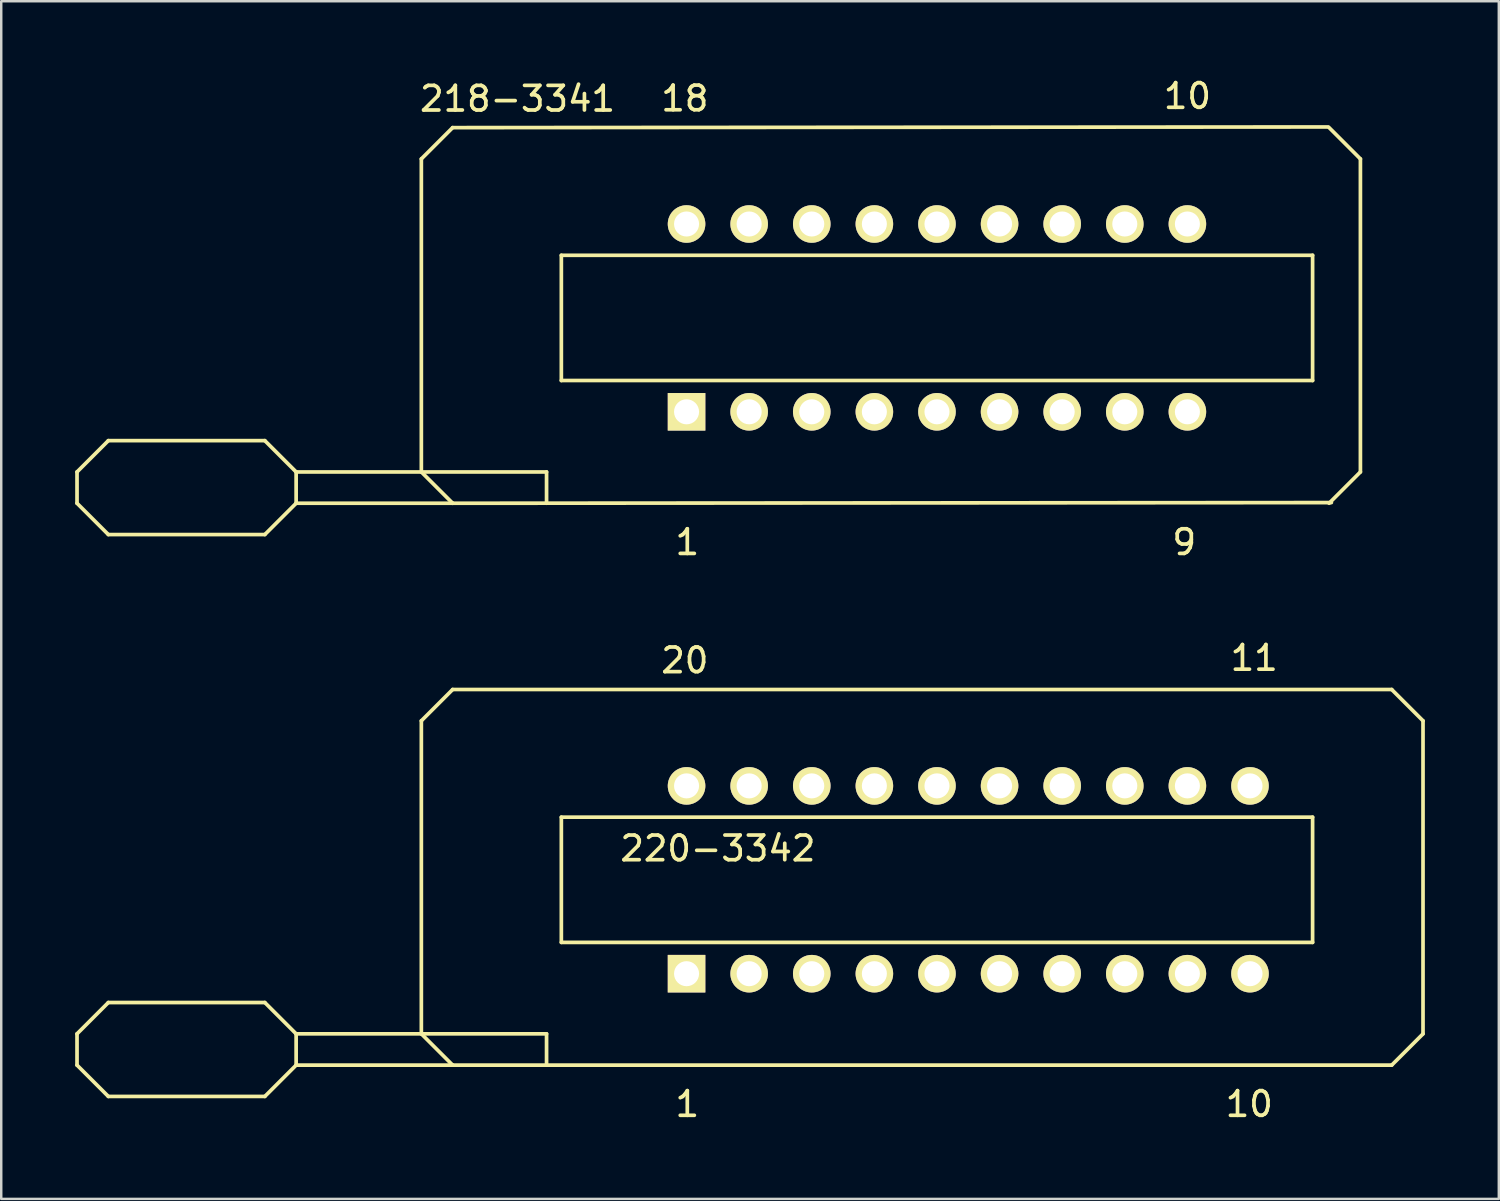
<source format=kicad_pcb>
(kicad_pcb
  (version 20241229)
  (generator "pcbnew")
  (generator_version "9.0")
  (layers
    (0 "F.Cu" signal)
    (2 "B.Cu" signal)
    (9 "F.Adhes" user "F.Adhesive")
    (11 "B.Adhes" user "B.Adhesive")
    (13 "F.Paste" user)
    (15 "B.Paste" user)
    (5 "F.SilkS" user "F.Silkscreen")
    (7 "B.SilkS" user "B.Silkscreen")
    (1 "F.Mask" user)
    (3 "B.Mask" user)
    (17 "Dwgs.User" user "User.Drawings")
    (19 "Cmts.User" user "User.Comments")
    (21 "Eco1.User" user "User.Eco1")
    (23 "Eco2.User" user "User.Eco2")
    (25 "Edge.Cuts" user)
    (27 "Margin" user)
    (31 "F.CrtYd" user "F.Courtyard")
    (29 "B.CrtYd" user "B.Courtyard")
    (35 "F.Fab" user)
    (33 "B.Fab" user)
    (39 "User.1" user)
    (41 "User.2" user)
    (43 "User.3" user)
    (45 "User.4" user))
  (footprint "218-3341"
    (layer "F.Cu")
    (at 36.235 9.848)
    (property "Reference" "218-3341" (at -18.288 -8.89 180) (layer "F.SilkS") (effects (font (size 1 1) (thickness 0.15))))
    (attr through_hole)
    (fp_line (start -36.16 6.25) (end -36.16 7.52) (stroke (width 0.15) (type solid)) (layer "F.SilkS"))
    (fp_line (start -36.16 7.52) (end -34.89 8.79) (stroke (width 0.15) (type solid)) (layer "F.SilkS"))
    (fp_line (start -34.89 4.98) (end -36.16 6.25) (stroke (width 0.15) (type solid)) (layer "F.SilkS"))
    (fp_line (start -34.89 8.79) (end -28.54 8.79) (stroke (width 0.15) (type solid)) (layer "F.SilkS"))
    (fp_line (start -28.54 4.98) (end -34.89 4.98) (stroke (width 0.15) (type solid)) (layer "F.SilkS"))
    (fp_line (start -28.54 8.79) (end -27.27 7.52) (stroke (width 0.15) (type solid)) (layer "F.SilkS"))
    (fp_line (start -27.27 6.25) (end -28.54 4.98) (stroke (width 0.15) (type solid)) (layer "F.SilkS"))
    (fp_line (start -27.27 6.25) (end -17.11 6.25) (stroke (width 0.15) (type solid)) (layer "F.SilkS"))
    (fp_line (start -27.27 7.52) (end -27.27 6.25) (stroke (width 0.15) (type solid)) (layer "F.SilkS"))
    (fp_line (start -27.27 7.52) (end -20.92 7.52) (stroke (width 0.15) (type solid)) (layer "F.SilkS"))
    (fp_line (start -22.19 -6.45) (end -20.92 -7.72) (stroke (width 0.15) (type solid)) (layer "F.SilkS"))
    (fp_line (start -22.19 6.25) (end -22.19 -6.45) (stroke (width 0.15) (type solid)) (layer "F.SilkS"))
    (fp_line (start -20.92 -7.72) (end 14.605 -7.747) (stroke (width 0.15) (type solid)) (layer "F.SilkS"))
    (fp_line (start -20.92 7.52) (end -22.19 6.25) (stroke (width 0.15) (type solid)) (layer "F.SilkS"))
    (fp_line (start -17.11 6.25) (end -17.11 7.52) (stroke (width 0.15) (type solid)) (layer "F.SilkS"))
    (fp_line (start -16.51 -2.54) (end -16.51 2.54) (stroke (width 0.15) (type solid)) (layer "F.SilkS"))
    (fp_line (start -16.51 2.54) (end 13.97 2.54) (stroke (width 0.15) (type solid)) (layer "F.SilkS"))
    (fp_line (start 13.97 -2.54) (end -16.51 -2.54) (stroke (width 0.15) (type solid)) (layer "F.SilkS"))
    (fp_line (start 13.97 2.54) (end 13.97 -2.54) (stroke (width 0.15) (type solid)) (layer "F.SilkS"))
    (fp_line (start 14.64 -7.72) (end 15.91 -6.45) (stroke (width 0.15) (type solid)) (layer "F.SilkS"))
    (fp_line (start 14.732 7.493) (end -20.92 7.52) (stroke (width 0.15) (type solid)) (layer "F.SilkS"))
    (fp_line (start 15.91 -6.45) (end 15.91 6.25) (stroke (width 0.15) (type solid)) (layer "F.SilkS"))
    (fp_line (start 15.91 6.25) (end 14.64 7.52) (stroke (width 0.15) (type solid)) (layer "F.SilkS"))
    (fp_text user "1" (at -11.4 9.1 0) (layer "F.SilkS") (effects (font (size 1 1) (thickness 0.15))))
    (fp_text user "10" (at 8.89 -9 0) (layer "F.SilkS") (effects (font (size 1 1) (thickness 0.15))))
    (fp_text user "18" (at -11.5 -8.9 0) (layer "F.SilkS") (effects (font (size 1 1) (thickness 0.15))))
    (fp_text user "9" (at 8.763 9.1 0) (layer "F.SilkS") (effects (font (size 1 1) (thickness 0.15))))
    (pad "1" thru_hole rect (at -11.43 3.81) (size 1.524 1.524) (drill 1.016) (layers "*.Cu" "*.Mask" "F.SilkS"))
    (pad "2" thru_hole circle (at -8.89 3.81) (size 1.524 1.524) (drill 1.016) (layers "*.Cu" "*.Mask" "F.SilkS"))
    (pad "3" thru_hole circle (at -6.35 3.81) (size 1.524 1.524) (drill 1.016) (layers "*.Cu" "*.Mask" "F.SilkS"))
    (pad "4" thru_hole circle (at -3.81 3.81) (size 1.524 1.524) (drill 1.016) (layers "*.Cu" "*.Mask" "F.SilkS"))
    (pad "5" thru_hole circle (at -1.27 3.81) (size 1.524 1.524) (drill 1.016) (layers "*.Cu" "*.Mask" "F.SilkS"))
    (pad "6" thru_hole circle (at 1.27 3.81) (size 1.524 1.524) (drill 1.016) (layers "*.Cu" "*.Mask" "F.SilkS"))
    (pad "7" thru_hole circle (at 3.81 3.81) (size 1.524 1.524) (drill 1.016) (layers "*.Cu" "*.Mask" "F.SilkS"))
    (pad "8" thru_hole circle (at 6.35 3.81) (size 1.524 1.524) (drill 1.016) (layers "*.Cu" "*.Mask" "F.SilkS"))
    (pad "9" thru_hole circle (at 8.89 3.81) (size 1.524 1.524) (drill 1.016) (layers "*.Cu" "*.Mask" "F.SilkS"))
    (pad "10" thru_hole circle (at 8.89 -3.81) (size 1.524 1.524) (drill 1.016) (layers "*.Cu" "*.Mask" "F.SilkS"))
    (pad "11" thru_hole circle (at 6.35 -3.81) (size 1.524 1.524) (drill 1.016) (layers "*.Cu" "*.Mask" "F.SilkS"))
    (pad "12" thru_hole circle (at 3.81 -3.81) (size 1.524 1.524) (drill 1.016) (layers "*.Cu" "*.Mask" "F.SilkS"))
    (pad "13" thru_hole circle (at 1.27 -3.81) (size 1.524 1.524) (drill 1.016) (layers "*.Cu" "*.Mask" "F.SilkS"))
    (pad "14" thru_hole circle (at -1.27 -3.81) (size 1.524 1.524) (drill 1.016) (layers "*.Cu" "*.Mask" "F.SilkS"))
    (pad "15" thru_hole circle (at -3.81 -3.81) (size 1.524 1.524) (drill 1.016) (layers "*.Cu" "*.Mask" "F.SilkS"))
    (pad "16" thru_hole circle (at -6.35 -3.81) (size 1.524 1.524) (drill 1.016) (layers "*.Cu" "*.Mask" "F.SilkS"))
    (pad "17" thru_hole circle (at -8.89 -3.81) (size 1.524 1.524) (drill 1.016) (layers "*.Cu" "*.Mask" "F.SilkS"))
    (pad "18" thru_hole circle (at -11.43 -3.81) (size 1.524 1.524) (drill 1.016) (layers "*.Cu" "*.Mask" "F.SilkS")))
  (footprint "220-3342"
    (layer "F.Cu")
    (at 36.235 32.645)
    (property "Reference" "220-3342" (at -10.16 -1.27 180) (layer "F.SilkS") (effects (font (size 1 1) (thickness 0.15))))
    (attr through_hole)
    (fp_line (start -36.16 6.25) (end -36.16 7.52) (stroke (width 0.15) (type solid)) (layer "F.SilkS"))
    (fp_line (start -36.16 7.52) (end -34.89 8.79) (stroke (width 0.15) (type solid)) (layer "F.SilkS"))
    (fp_line (start -34.89 4.98) (end -36.16 6.25) (stroke (width 0.15) (type solid)) (layer "F.SilkS"))
    (fp_line (start -34.89 8.79) (end -28.54 8.79) (stroke (width 0.15) (type solid)) (layer "F.SilkS"))
    (fp_line (start -28.54 4.98) (end -34.89 4.98) (stroke (width 0.15) (type solid)) (layer "F.SilkS"))
    (fp_line (start -28.54 8.79) (end -27.27 7.52) (stroke (width 0.15) (type solid)) (layer "F.SilkS"))
    (fp_line (start -27.27 6.25) (end -28.54 4.98) (stroke (width 0.15) (type solid)) (layer "F.SilkS"))
    (fp_line (start -27.27 6.25) (end -17.11 6.25) (stroke (width 0.15) (type solid)) (layer "F.SilkS"))
    (fp_line (start -27.27 7.52) (end -27.27 6.25) (stroke (width 0.15) (type solid)) (layer "F.SilkS"))
    (fp_line (start -27.27 7.52) (end -20.92 7.52) (stroke (width 0.15) (type solid)) (layer "F.SilkS"))
    (fp_line (start -22.19 -6.45) (end -20.92 -7.72) (stroke (width 0.15) (type solid)) (layer "F.SilkS"))
    (fp_line (start -22.19 6.25) (end -22.19 -6.45) (stroke (width 0.15) (type solid)) (layer "F.SilkS"))
    (fp_line (start -20.92 -7.72) (end 17.18 -7.72) (stroke (width 0.15) (type solid)) (layer "F.SilkS"))
    (fp_line (start -20.92 7.52) (end -22.19 6.25) (stroke (width 0.15) (type solid)) (layer "F.SilkS"))
    (fp_line (start -17.11 6.25) (end -17.11 7.52) (stroke (width 0.15) (type solid)) (layer "F.SilkS"))
    (fp_line (start -16.51 -2.54) (end -16.51 2.54) (stroke (width 0.15) (type solid)) (layer "F.SilkS"))
    (fp_line (start -16.51 2.54) (end 13.97 2.54) (stroke (width 0.15) (type solid)) (layer "F.SilkS"))
    (fp_line (start 13.97 -2.54) (end -16.51 -2.54) (stroke (width 0.15) (type solid)) (layer "F.SilkS"))
    (fp_line (start 13.97 2.54) (end 13.97 -2.54) (stroke (width 0.15) (type solid)) (layer "F.SilkS"))
    (fp_line (start 17.18 -7.72) (end 18.45 -6.45) (stroke (width 0.15) (type solid)) (layer "F.SilkS"))
    (fp_line (start 17.18 7.52) (end -20.92 7.52) (stroke (width 0.15) (type solid)) (layer "F.SilkS"))
    (fp_line (start 18.45 -6.45) (end 18.45 6.25) (stroke (width 0.15) (type solid)) (layer "F.SilkS"))
    (fp_line (start 18.45 6.25) (end 17.18 7.52) (stroke (width 0.15) (type solid)) (layer "F.SilkS"))
    (fp_text user "20" (at -11.5 -8.9 0) (layer "F.SilkS") (effects (font (size 1 1) (thickness 0.15))))
    (fp_text user "1" (at -11.4 9.1 0) (layer "F.SilkS") (effects (font (size 1 1) (thickness 0.15))))
    (fp_text user "11" (at 11.6 -9 0) (layer "F.SilkS") (effects (font (size 1 1) (thickness 0.15))))
    (fp_text user "10" (at 11.4 9.1 0) (layer "F.SilkS") (effects (font (size 1 1) (thickness 0.15))))
    (pad "1" thru_hole rect (at -11.43 3.81) (size 1.524 1.524) (drill 1.016) (layers "*.Cu" "*.Mask" "F.SilkS"))
    (pad "2" thru_hole circle (at -8.89 3.81) (size 1.524 1.524) (drill 1.016) (layers "*.Cu" "*.Mask" "F.SilkS"))
    (pad "3" thru_hole circle (at -6.35 3.81) (size 1.524 1.524) (drill 1.016) (layers "*.Cu" "*.Mask" "F.SilkS"))
    (pad "4" thru_hole circle (at -3.81 3.81) (size 1.524 1.524) (drill 1.016) (layers "*.Cu" "*.Mask" "F.SilkS"))
    (pad "5" thru_hole circle (at -1.27 3.81) (size 1.524 1.524) (drill 1.016) (layers "*.Cu" "*.Mask" "F.SilkS"))
    (pad "6" thru_hole circle (at 1.27 3.81) (size 1.524 1.524) (drill 1.016) (layers "*.Cu" "*.Mask" "F.SilkS"))
    (pad "7" thru_hole circle (at 3.81 3.81) (size 1.524 1.524) (drill 1.016) (layers "*.Cu" "*.Mask" "F.SilkS"))
    (pad "8" thru_hole circle (at 6.35 3.81) (size 1.524 1.524) (drill 1.016) (layers "*.Cu" "*.Mask" "F.SilkS"))
    (pad "9" thru_hole circle (at 8.89 3.81) (size 1.524 1.524) (drill 1.016) (layers "*.Cu" "*.Mask" "F.SilkS"))
    (pad "10" thru_hole circle (at 11.43 3.81) (size 1.524 1.524) (drill 1.016) (layers "*.Cu" "*.Mask" "F.SilkS"))
    (pad "11" thru_hole circle (at 11.43 -3.81) (size 1.524 1.524) (drill 1.016) (layers "*.Cu" "*.Mask" "F.SilkS"))
    (pad "12" thru_hole circle (at 8.89 -3.81) (size 1.524 1.524) (drill 1.016) (layers "*.Cu" "*.Mask" "F.SilkS"))
    (pad "13" thru_hole circle (at 6.35 -3.81) (size 1.524 1.524) (drill 1.016) (layers "*.Cu" "*.Mask" "F.SilkS"))
    (pad "14" thru_hole circle (at 3.81 -3.81) (size 1.524 1.524) (drill 1.016) (layers "*.Cu" "*.Mask" "F.SilkS"))
    (pad "15" thru_hole circle (at 1.27 -3.81) (size 1.524 1.524) (drill 1.016) (layers "*.Cu" "*.Mask" "F.SilkS"))
    (pad "16" thru_hole circle (at -1.27 -3.81) (size 1.524 1.524) (drill 1.016) (layers "*.Cu" "*.Mask" "F.SilkS"))
    (pad "17" thru_hole circle (at -3.81 -3.81) (size 1.524 1.524) (drill 1.016) (layers "*.Cu" "*.Mask" "F.SilkS"))
    (pad "18" thru_hole circle (at -6.35 -3.81) (size 1.524 1.524) (drill 1.016) (layers "*.Cu" "*.Mask" "F.SilkS"))
    (pad "19" thru_hole circle (at -8.89 -3.81) (size 1.524 1.524) (drill 1.016) (layers "*.Cu" "*.Mask" "F.SilkS"))
    (pad "20" thru_hole circle (at -11.43 -3.81) (size 1.524 1.524) (drill 1.016) (layers "*.Cu" "*.Mask" "F.SilkS")))
  (gr_rect
    (start -3 -3)
    (end 57.76 45.593)
    (stroke (width 0.1) (type default))
    (fill no)
    (layer "Edge.Cuts")))
</source>
